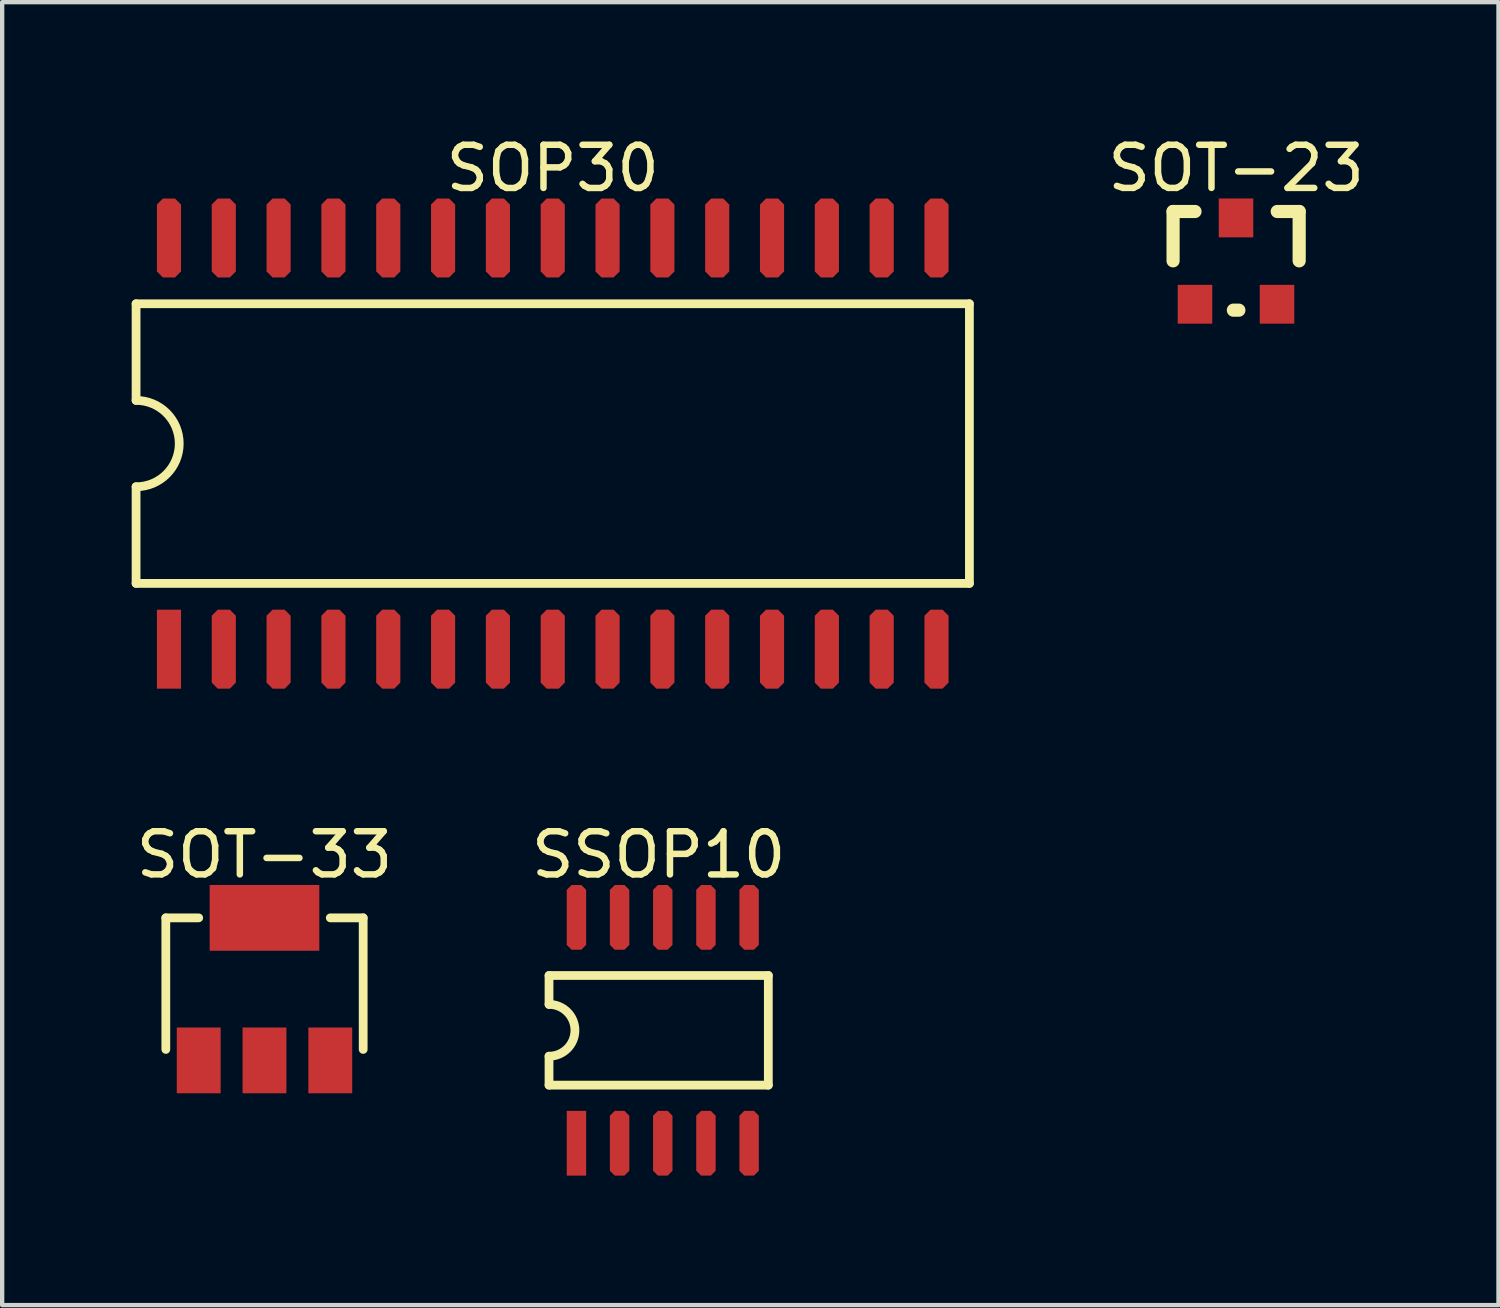
<source format=kicad_pcb>
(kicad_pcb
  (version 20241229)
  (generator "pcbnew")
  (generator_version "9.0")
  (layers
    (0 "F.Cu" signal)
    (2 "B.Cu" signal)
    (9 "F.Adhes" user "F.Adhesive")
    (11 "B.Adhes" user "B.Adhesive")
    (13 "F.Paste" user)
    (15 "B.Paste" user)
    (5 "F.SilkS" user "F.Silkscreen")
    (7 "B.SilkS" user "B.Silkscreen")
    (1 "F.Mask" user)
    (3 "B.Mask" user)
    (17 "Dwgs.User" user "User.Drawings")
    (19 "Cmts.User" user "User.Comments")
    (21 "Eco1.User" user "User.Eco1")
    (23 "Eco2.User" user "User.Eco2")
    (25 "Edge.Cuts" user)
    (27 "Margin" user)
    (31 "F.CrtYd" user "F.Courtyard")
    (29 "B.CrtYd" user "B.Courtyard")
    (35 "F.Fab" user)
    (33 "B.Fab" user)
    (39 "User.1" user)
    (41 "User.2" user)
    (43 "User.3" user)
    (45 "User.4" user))
  (footprint "SOT-33"
    (layer "F.Cu")
    (at 3.077 21.514)
    (property "Reference" "SOT-33" (at 0 -4.764 0) (layer "F.SilkS") (effects (font (size 1 1) (thickness 0.15))))
    (fp_line (start -2.286 -3.302) (end -1.524 -3.302) (stroke (width 0.203) (type solid)) (layer "F.SilkS"))
    (fp_line (start -2.286 -0.254) (end -2.286 -3.302) (stroke (width 0.203) (type solid)) (layer "F.SilkS"))
    (fp_line (start 1.524 -3.302) (end 2.286 -3.302) (stroke (width 0.203) (type solid)) (layer "F.SilkS"))
    (fp_line (start 2.286 -0.254) (end 2.286 -3.302) (stroke (width 0.203) (type solid)) (layer "F.SilkS"))
    (pad "0" smd rect (at 0 -3.302) (size 2.54 1.524) (layers "F.Cu" "F.Mask" "F.Paste"))
    (pad "1" smd rect (at 0 0) (size 1.016 1.524) (layers "F.Cu" "F.Mask" "F.Paste"))
    (pad "2" smd rect (at -1.524 0) (size 1.016 1.524) (layers "F.Cu" "F.Mask" "F.Paste"))
    (pad "3" smd rect (at 1.524 0) (size 1.016 1.524) (layers "F.Cu" "F.Mask" "F.Paste")))
  (footprint "SOP30"
    (layer "F.Cu")
    (at 0.864 11.988)
    (property "Reference" "SOP30" (at 8.89 -11.139 0) (layer "F.SilkS") (effects (font (size 1 1) (thickness 0.15))))
    (fp_line (start -0.762 -8.001) (end 18.542 -8.001) (stroke (width 0.203) (type solid)) (layer "F.SilkS"))
    (fp_line (start -0.762 -5.763) (end -0.762 -8.001) (stroke (width 0.203) (type solid)) (layer "F.SilkS"))
    (fp_line (start -0.762 -1.524) (end -0.762 -3.763) (stroke (width 0.203) (type solid)) (layer "F.SilkS"))
    (fp_line (start -0.762 -1.524) (end 18.542 -1.524) (stroke (width 0.203) (type solid)) (layer "F.SilkS"))
    (fp_line (start 18.542 -1.524) (end 18.542 -8.001) (stroke (width 0.203) (type solid)) (layer "F.SilkS"))
    (fp_arc (start -0.762 -5.7625) (mid 0.238 -4.7625) (end -0.762 -3.7625) (stroke (width 0.2032) (type solid)) (layer "F.SilkS"))
    (pad "1" smd rect (at 0 0) (size 0.559 1.829) (layers "F.Cu" "F.Mask" "F.Paste"))
    (pad "2" smd roundrect (at 1.27 0) (size 0.559 1.829) (layers "F.Cu" "F.Mask" "F.Paste") (roundrect_rratio 0.25) (chamfer_ratio 0.25) (chamfer top_left top_right bottom_left bottom_right))
    (pad "3" smd roundrect (at 2.54 0) (size 0.559 1.829) (layers "F.Cu" "F.Mask" "F.Paste") (roundrect_rratio 0.25) (chamfer_ratio 0.25) (chamfer top_left top_right bottom_left bottom_right))
    (pad "4" smd roundrect (at 3.81 0) (size 0.559 1.829) (layers "F.Cu" "F.Mask" "F.Paste") (roundrect_rratio 0.25) (chamfer_ratio 0.25) (chamfer top_left top_right bottom_left bottom_right))
    (pad "5" smd roundrect (at 5.08 0) (size 0.559 1.829) (layers "F.Cu" "F.Mask" "F.Paste") (roundrect_rratio 0.25) (chamfer_ratio 0.25) (chamfer top_left top_right bottom_left bottom_right))
    (pad "6" smd roundrect (at 6.35 0) (size 0.559 1.829) (layers "F.Cu" "F.Mask" "F.Paste") (roundrect_rratio 0.25) (chamfer_ratio 0.25) (chamfer top_left top_right bottom_left bottom_right))
    (pad "7" smd roundrect (at 7.62 0) (size 0.559 1.829) (layers "F.Cu" "F.Mask" "F.Paste") (roundrect_rratio 0.25) (chamfer_ratio 0.25) (chamfer top_left top_right bottom_left bottom_right))
    (pad "8" smd roundrect (at 8.89 0) (size 0.559 1.829) (layers "F.Cu" "F.Mask" "F.Paste") (roundrect_rratio 0.25) (chamfer_ratio 0.25) (chamfer top_left top_right bottom_left bottom_right))
    (pad "9" smd roundrect (at 10.16 0) (size 0.559 1.829) (layers "F.Cu" "F.Mask" "F.Paste") (roundrect_rratio 0.25) (chamfer_ratio 0.25) (chamfer top_left top_right bottom_left bottom_right))
    (pad "10" smd roundrect (at 11.43 0) (size 0.559 1.829) (layers "F.Cu" "F.Mask" "F.Paste") (roundrect_rratio 0.25) (chamfer_ratio 0.25) (chamfer top_left top_right bottom_left bottom_right))
    (pad "11" smd roundrect (at 12.7 0) (size 0.559 1.829) (layers "F.Cu" "F.Mask" "F.Paste") (roundrect_rratio 0.25) (chamfer_ratio 0.25) (chamfer top_left top_right bottom_left bottom_right))
    (pad "12" smd roundrect (at 13.97 0) (size 0.559 1.829) (layers "F.Cu" "F.Mask" "F.Paste") (roundrect_rratio 0.25) (chamfer_ratio 0.25) (chamfer top_left top_right bottom_left bottom_right))
    (pad "13" smd roundrect (at 15.24 0) (size 0.559 1.829) (layers "F.Cu" "F.Mask" "F.Paste") (roundrect_rratio 0.25) (chamfer_ratio 0.25) (chamfer top_left top_right bottom_left bottom_right))
    (pad "14" smd roundrect (at 16.51 0) (size 0.559 1.829) (layers "F.Cu" "F.Mask" "F.Paste") (roundrect_rratio 0.25) (chamfer_ratio 0.25) (chamfer top_left top_right bottom_left bottom_right))
    (pad "15" smd roundrect (at 17.78 0) (size 0.559 1.829) (layers "F.Cu" "F.Mask" "F.Paste") (roundrect_rratio 0.25) (chamfer_ratio 0.25) (chamfer top_left top_right bottom_left bottom_right))
    (pad "16" smd roundrect (at 17.78 -9.525) (size 0.559 1.829) (layers "F.Cu" "F.Mask" "F.Paste") (roundrect_rratio 0.25) (chamfer_ratio 0.25) (chamfer top_left top_right bottom_left bottom_right))
    (pad "17" smd roundrect (at 16.51 -9.525) (size 0.559 1.829) (layers "F.Cu" "F.Mask" "F.Paste") (roundrect_rratio 0.25) (chamfer_ratio 0.25) (chamfer top_left top_right bottom_left bottom_right))
    (pad "18" smd roundrect (at 15.24 -9.525) (size 0.559 1.829) (layers "F.Cu" "F.Mask" "F.Paste") (roundrect_rratio 0.25) (chamfer_ratio 0.25) (chamfer top_left top_right bottom_left bottom_right))
    (pad "19" smd roundrect (at 13.97 -9.525) (size 0.559 1.829) (layers "F.Cu" "F.Mask" "F.Paste") (roundrect_rratio 0.25) (chamfer_ratio 0.25) (chamfer top_left top_right bottom_left bottom_right))
    (pad "20" smd roundrect (at 12.7 -9.525) (size 0.559 1.829) (layers "F.Cu" "F.Mask" "F.Paste") (roundrect_rratio 0.25) (chamfer_ratio 0.25) (chamfer top_left top_right bottom_left bottom_right))
    (pad "21" smd roundrect (at 11.43 -9.525) (size 0.559 1.829) (layers "F.Cu" "F.Mask" "F.Paste") (roundrect_rratio 0.25) (chamfer_ratio 0.25) (chamfer top_left top_right bottom_left bottom_right))
    (pad "22" smd roundrect (at 10.16 -9.525) (size 0.559 1.829) (layers "F.Cu" "F.Mask" "F.Paste") (roundrect_rratio 0.25) (chamfer_ratio 0.25) (chamfer top_left top_right bottom_left bottom_right))
    (pad "23" smd roundrect (at 8.89 -9.525) (size 0.559 1.829) (layers "F.Cu" "F.Mask" "F.Paste") (roundrect_rratio 0.25) (chamfer_ratio 0.25) (chamfer top_left top_right bottom_left bottom_right))
    (pad "24" smd roundrect (at 7.62 -9.525) (size 0.559 1.829) (layers "F.Cu" "F.Mask" "F.Paste") (roundrect_rratio 0.25) (chamfer_ratio 0.25) (chamfer top_left top_right bottom_left bottom_right))
    (pad "25" smd roundrect (at 6.35 -9.525) (size 0.559 1.829) (layers "F.Cu" "F.Mask" "F.Paste") (roundrect_rratio 0.25) (chamfer_ratio 0.25) (chamfer top_left top_right bottom_left bottom_right))
    (pad "26" smd roundrect (at 5.08 -9.525) (size 0.559 1.829) (layers "F.Cu" "F.Mask" "F.Paste") (roundrect_rratio 0.25) (chamfer_ratio 0.25) (chamfer top_left top_right bottom_left bottom_right))
    (pad "27" smd roundrect (at 3.81 -9.525) (size 0.559 1.829) (layers "F.Cu" "F.Mask" "F.Paste") (roundrect_rratio 0.25) (chamfer_ratio 0.25) (chamfer top_left top_right bottom_left bottom_right))
    (pad "28" smd roundrect (at 2.54 -9.525) (size 0.559 1.829) (layers "F.Cu" "F.Mask" "F.Paste") (roundrect_rratio 0.25) (chamfer_ratio 0.25) (chamfer top_left top_right bottom_left bottom_right))
    (pad "29" smd roundrect (at 1.27 -9.525) (size 0.559 1.829) (layers "F.Cu" "F.Mask" "F.Paste") (roundrect_rratio 0.25) (chamfer_ratio 0.25) (chamfer top_left top_right bottom_left bottom_right))
    (pad "30" smd roundrect (at 0 -9.525) (size 0.559 1.829) (layers "F.Cu" "F.Mask" "F.Paste") (roundrect_rratio 0.25) (chamfer_ratio 0.25) (chamfer top_left top_right bottom_left bottom_right)))
  (footprint "SSOP10"
    (layer "F.Cu")
    (at 10.303 23.433)
    (property "Reference" "SSOP10" (at 1.905 -6.682 0) (layer "F.SilkS") (effects (font (size 1 1) (thickness 0.15))))
    (fp_line (start -0.635 -3.886) (end 4.445 -3.886) (stroke (width 0.203) (type solid)) (layer "F.SilkS"))
    (fp_line (start -0.635 -3.216) (end -0.635 -3.886) (stroke (width 0.203) (type solid)) (layer "F.SilkS"))
    (fp_line (start -0.635 -1.346) (end -0.635 -2.016) (stroke (width 0.203) (type solid)) (layer "F.SilkS"))
    (fp_line (start -0.635 -1.346) (end 4.445 -1.346) (stroke (width 0.203) (type solid)) (layer "F.SilkS"))
    (fp_line (start 4.445 -1.346) (end 4.445 -3.886) (stroke (width 0.203) (type solid)) (layer "F.SilkS"))
    (fp_arc (start -0.635 -3.2162) (mid -0.035 -2.6162) (end -0.635 -2.0162) (stroke (width 0.2032) (type solid)) (layer "F.SilkS"))
    (pad "1" smd rect (at 0 0) (size 0.45 1.5) (layers "F.Cu" "F.Mask" "F.Paste"))
    (pad "2" smd roundrect (at 1 0) (size 0.45 1.5) (layers "F.Cu" "F.Mask" "F.Paste") (roundrect_rratio 0.25) (chamfer_ratio 0.25) (chamfer top_left top_right bottom_left bottom_right))
    (pad "3" smd roundrect (at 2 0) (size 0.45 1.5) (layers "F.Cu" "F.Mask" "F.Paste") (roundrect_rratio 0.25) (chamfer_ratio 0.25) (chamfer top_left top_right bottom_left bottom_right))
    (pad "4" smd roundrect (at 3 0) (size 0.45 1.5) (layers "F.Cu" "F.Mask" "F.Paste") (roundrect_rratio 0.25) (chamfer_ratio 0.25) (chamfer top_left top_right bottom_left bottom_right))
    (pad "5" smd roundrect (at 4 0) (size 0.45 1.5) (layers "F.Cu" "F.Mask" "F.Paste") (roundrect_rratio 0.25) (chamfer_ratio 0.25) (chamfer top_left top_right bottom_left bottom_right))
    (pad "6" smd roundrect (at 4 -5.232) (size 0.45 1.5) (layers "F.Cu" "F.Mask" "F.Paste") (roundrect_rratio 0.25) (chamfer_ratio 0.25) (chamfer top_left top_right bottom_left bottom_right))
    (pad "7" smd roundrect (at 3 -5.232) (size 0.45 1.5) (layers "F.Cu" "F.Mask" "F.Paste") (roundrect_rratio 0.25) (chamfer_ratio 0.25) (chamfer top_left top_right bottom_left bottom_right))
    (pad "8" smd roundrect (at 2 -5.232) (size 0.45 1.5) (layers "F.Cu" "F.Mask" "F.Paste") (roundrect_rratio 0.25) (chamfer_ratio 0.25) (chamfer top_left top_right bottom_left bottom_right))
    (pad "9" smd roundrect (at 1 -5.232) (size 0.45 1.5) (layers "F.Cu" "F.Mask" "F.Paste") (roundrect_rratio 0.25) (chamfer_ratio 0.25) (chamfer top_left top_right bottom_left bottom_right))
    (pad "10" smd roundrect (at 0 -5.232) (size 0.45 1.5) (layers "F.Cu" "F.Mask" "F.Paste") (roundrect_rratio 0.25) (chamfer_ratio 0.25) (chamfer top_left top_right bottom_left bottom_right)))
  (footprint "SOT-23"
    (layer "F.Cu")
    (at 25.582 2.998)
    (property "Reference" "SOT-23" (at 0.003 -2.15 0) (layer "F.SilkS") (effects (font (size 1 1) (thickness 0.15))))
    (fp_line (start -1.458 -1.149) (end -0.95 -1.149) (stroke (width 0.305) (type solid)) (layer "F.SilkS"))
    (fp_line (start -1.458 -0.006) (end -1.458 -1.149) (stroke (width 0.305) (type solid)) (layer "F.SilkS"))
    (fp_line (start -0.061 1.137) (end 0.066 1.137) (stroke (width 0.305) (type solid)) (layer "F.SilkS"))
    (fp_line (start 0.955 -1.149) (end 1.463 -1.149) (stroke (width 0.305) (type solid)) (layer "F.SilkS"))
    (fp_line (start 1.463 -0.006) (end 1.463 -1.149) (stroke (width 0.305) (type solid)) (layer "F.SilkS"))
    (pad "1" smd rect (at -0.95 1) (size 0.8 0.9) (layers "F.Cu" "F.Mask" "F.Paste"))
    (pad "2" smd rect (at 0.95 1) (size 0.8 0.9) (layers "F.Cu" "F.Mask" "F.Paste"))
    (pad "3" smd rect (at 0 -1) (size 0.8 0.9) (layers "F.Cu" "F.Mask" "F.Paste")))
  (gr_rect
    (start -3 -3)
    (end 31.662 27.183)
    (stroke (width 0.1) (type default))
    (fill no)
    (layer "Edge.Cuts")))
</source>
